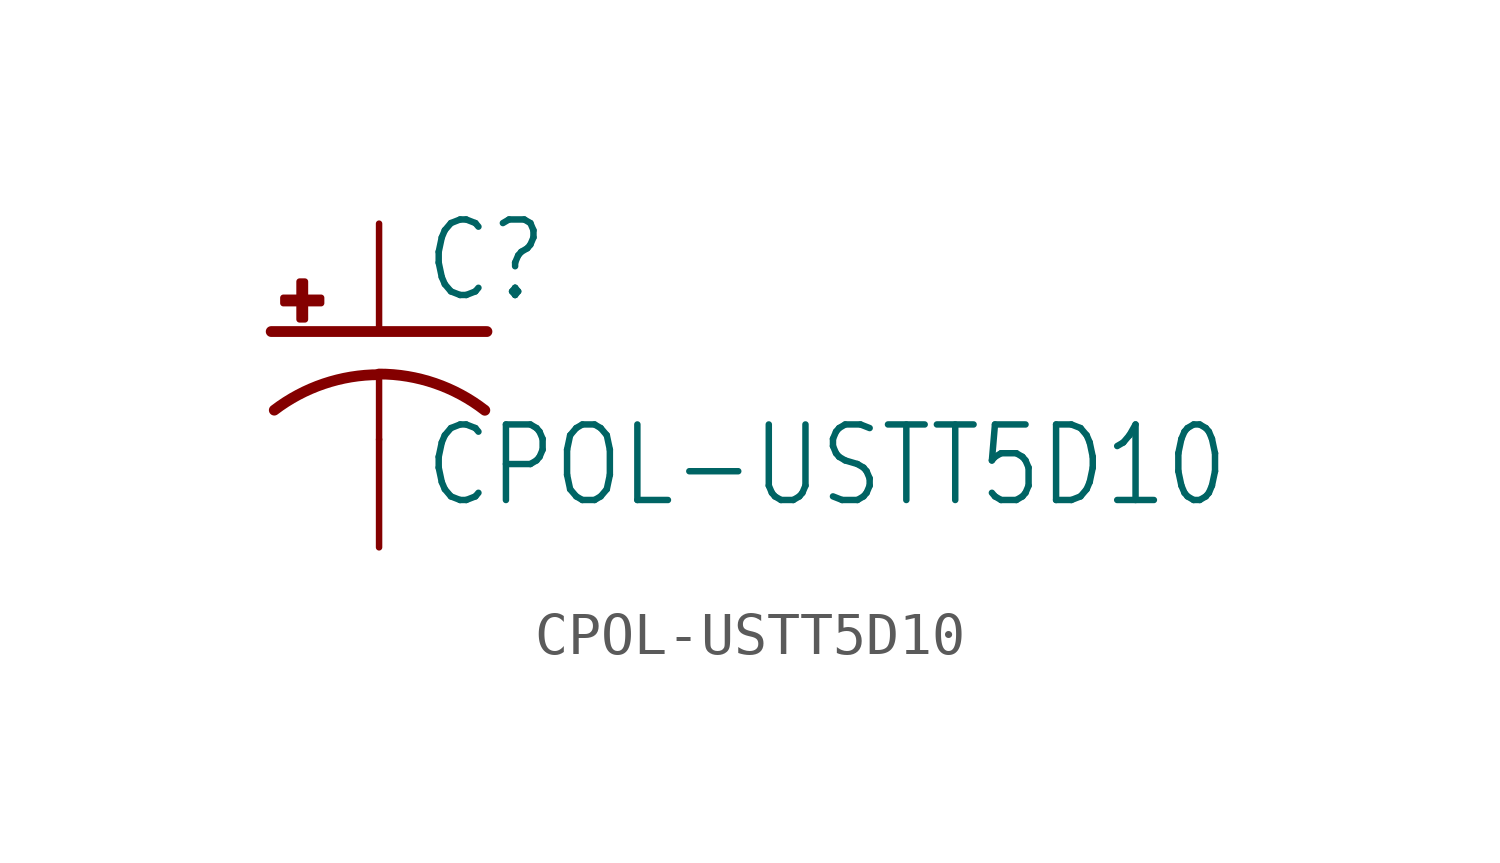
<source format=kicad_sym>
(kicad_symbol_lib
  (version 20211014)
  (generator kicad_symbol_editor)
  (symbol "CPOL-USTT5D10"
    (property "Reference" "C"
      (at 1.016 0.635 0)
      (effects (font (size 1.778 1.511)) (justify left bottom)))
    (property "Value" "CPOL-USTT5D10"
      (at 1.016 -4.191 0)
      (effects (font (size 1.778 1.511)) (justify left bottom)))
    (property "ki_locked" ""
      (at 0 0 0)
      (effects (font (size 1.27 1.27))))
    (symbol "CPOL-USTT5D10_1_0"
      (rectangle (start -2.253 0.668) (end -1.364 0.795) (stroke (width 0) (type default) (color 0 0 0 0)) (fill (type outline)))
      (rectangle (start -1.872 0.287) (end -1.745 1.176) (stroke (width 0) (type default) (color 0 0 0 0)) (fill (type outline)))
      (arc (start 0 -1.0161) (mid -1.3021 -1.2302) (end -2.4669 -1.8504) (stroke (width 0.254) (type default) (color 0 0 0 0)) (fill (type none)))
      (polyline (pts (xy -2.54 0) (xy 2.54 0)) (stroke (width 0.254) (type default) (color 0 0 0 0)) (fill (type none)))
      (polyline (pts (xy 0 -1.016) (xy 0 -2.54)) (stroke (width 0.152) (type default) (color 0 0 0 0)) (fill (type none)))
      (arc (start 2.4892 -1.8542) (mid 1.3158 -1.2195) (end 0 -1) (stroke (width 0.254) (type default) (color 0 0 0 0)) (fill (type none)))
      (pin passive line (at 0 2.54 270) (length 2.54) (name "+" (effects (font (size 0 0)))) (number "+" (effects (font (size 0 0)))))
      (pin passive line (at 0 -5.08 90) (length 2.54) (name "-" (effects (font (size 0 0)))) (number "-" (effects (font (size 0 0))))))))
</source>
